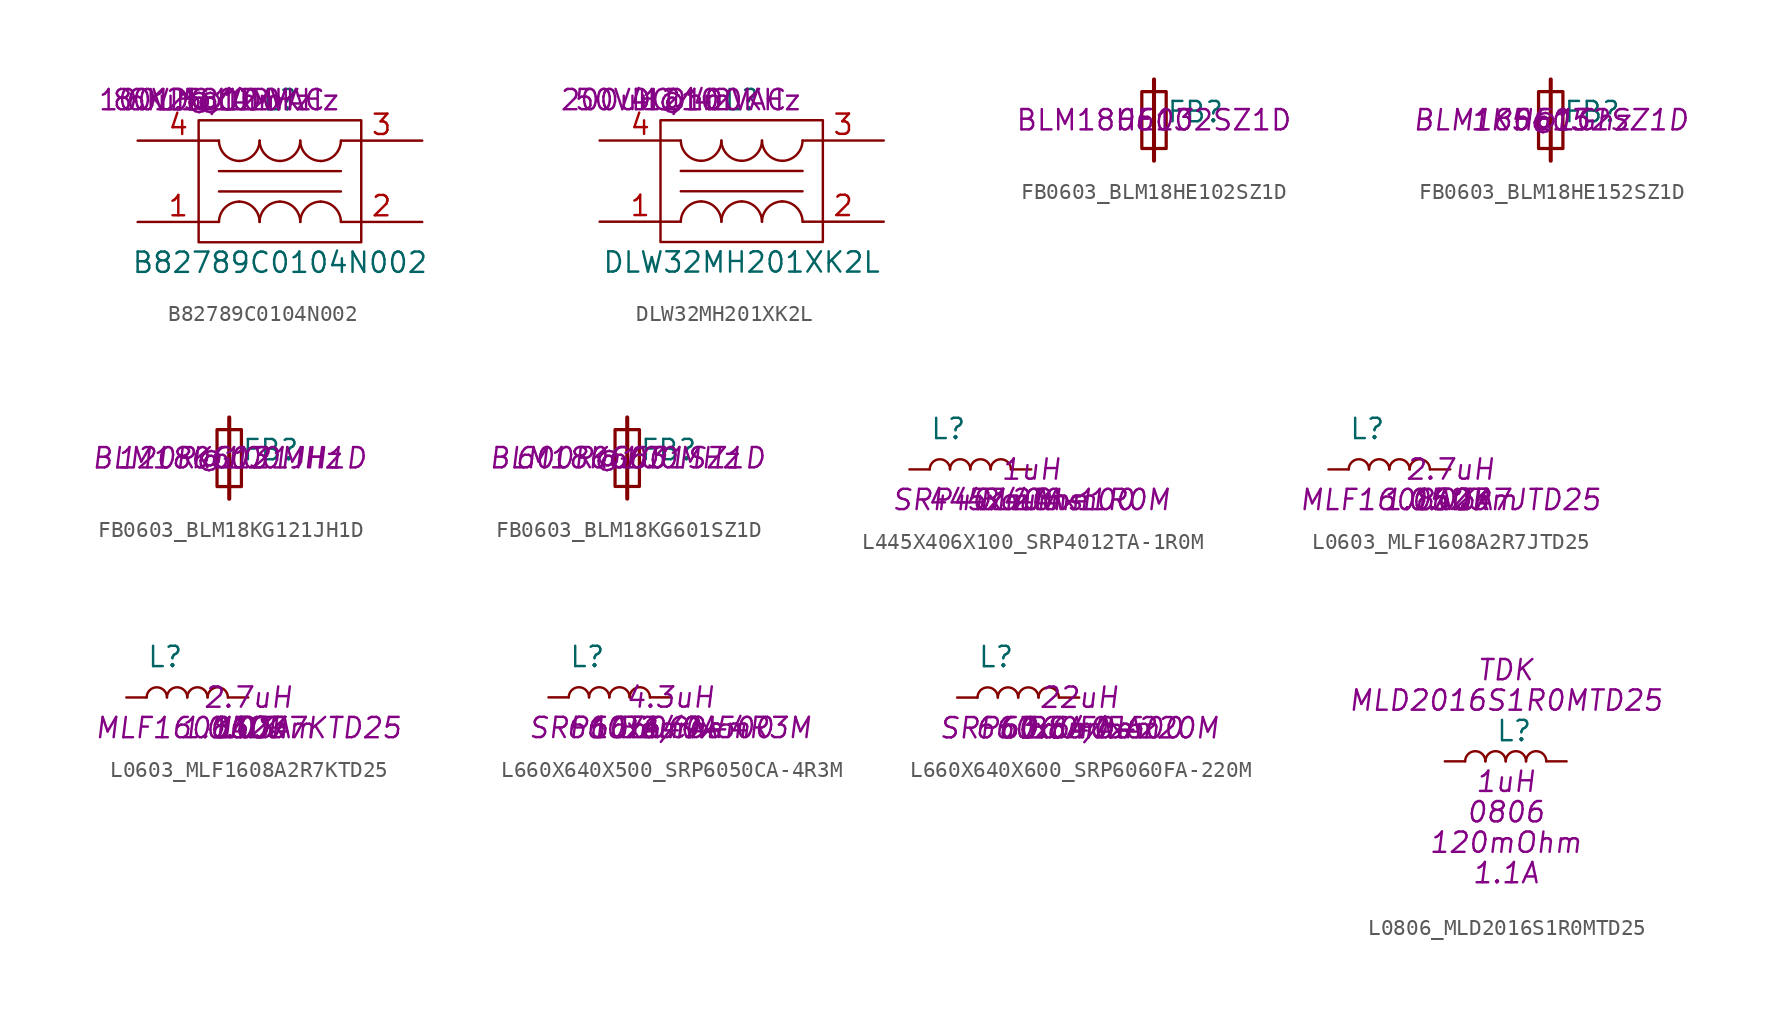
<source format=kicad_sym>
(kicad_symbol_lib
  (version 20211014)
  (generator kicad_symbol_editor)
  (symbol "B82789C0104N002"
    (pin_names
      (offset 1.016))
    (property "Reference" "L"
      (at 3.81 0 0)
      (effects (font (size 1.27 1.27))))
    (property "Value" "B82789C0104N002"
      (at 3.81 -10.16 0)
      (effects (font (size 1.27 1.27))))
    (property "Case" "1812"
      (at 0 0 0)
      (effects (font (size 1.27 1.27))))
    (property "Impedance" "6K2@10MHz"
      (at 0 0 0)
      (effects (font (size 1.27 1.27))))
    (property "Inductance" "100uH@100KHz"
      (at 0 0 0)
      (effects (font (size 1.27 1.27))))
    (property "Vmax" "80VDC/42VAC"
      (at 0 0 0)
      (effects (font (size 1.27 1.27))))
    (property "Rdc" "1.5 Ohm"
      (at 0 0 0)
      (effects (font (size 1.27 1.27))))
    (symbol "B82789C0104N002_0_1"
      (arc (start 0 -2.54) (mid 0.3734 -3.4288) (end 1.27 -3.81) (stroke (width 0) (type default) (color 0 0 0 0)) (fill (type none)))
      (polyline (pts (xy 0 -5.715) (xy 7.62 -5.715)) (stroke (width 0) (type default) (color 0 0 0 0)) (fill (type none)))
      (polyline (pts (xy 0 -4.445) (xy 7.62 -4.445)) (stroke (width 0) (type default) (color 0 0 0 0)) (fill (type none)))
      (polyline (pts (xy -1.27 -1.27) (xy 8.89 -1.27) (xy 8.89 -8.89) (xy -1.27 -8.89) (xy -1.27 -1.27)) (stroke (width 0) (type default) (color 0 0 0 0)) (fill (type none)))
      (arc (start 1.27 -6.35) (mid 0.3812 -6.7234) (end 0 -7.62) (stroke (width 0) (type default) (color 0 0 0 0)) (fill (type none)))
      (arc (start 1.27 -3.81) (mid 2.1588 -3.4366) (end 2.54 -2.54) (stroke (width 0) (type default) (color 0 0 0 0)) (fill (type none)))
      (arc (start 2.54 -7.62) (mid 2.1666 -6.7312) (end 1.27 -6.35) (stroke (width 0) (type default) (color 0 0 0 0)) (fill (type none)))
      (arc (start 2.54 -2.54) (mid 2.9134 -3.4288) (end 3.81 -3.81) (stroke (width 0) (type default) (color 0 0 0 0)) (fill (type none)))
      (arc (start 3.81 -6.35) (mid 2.9212 -6.7234) (end 2.54 -7.62) (stroke (width 0) (type default) (color 0 0 0 0)) (fill (type none)))
      (arc (start 3.81 -3.81) (mid 4.6988 -3.4366) (end 5.08 -2.54) (stroke (width 0) (type default) (color 0 0 0 0)) (fill (type none)))
      (arc (start 5.08 -7.62) (mid 4.7066 -6.7312) (end 3.81 -6.35) (stroke (width 0) (type default) (color 0 0 0 0)) (fill (type none)))
      (arc (start 5.08 -2.54) (mid 5.4534 -3.4288) (end 6.35 -3.81) (stroke (width 0) (type default) (color 0 0 0 0)) (fill (type none)))
      (arc (start 6.35 -6.35) (mid 5.4612 -6.7234) (end 5.08 -7.62) (stroke (width 0) (type default) (color 0 0 0 0)) (fill (type none)))
      (arc (start 6.35 -3.81) (mid 7.2388 -3.4366) (end 7.62 -2.54) (stroke (width 0) (type default) (color 0 0 0 0)) (fill (type none)))
      (arc (start 7.62 -7.62) (mid 7.2466 -6.7312) (end 6.35 -6.35) (stroke (width 0) (type default) (color 0 0 0 0)) (fill (type none))))
    (symbol "B82789C0104N002_1_1"
      (pin passive line (at -5.08 -7.62 0) (length 5.08) (name "~" (effects (font (size 1.27 1.27)))) (number "1" (effects (font (size 1.27 1.27)))))
      (pin passive line (at 12.7 -7.62 180) (length 5.08) (name "~" (effects (font (size 1.27 1.27)))) (number "2" (effects (font (size 1.27 1.27)))))
      (pin passive line (at 12.7 -2.54 180) (length 5.08) (name "~" (effects (font (size 1.27 1.27)))) (number "3" (effects (font (size 1.27 1.27)))))
      (pin passive line (at -5.08 -2.54 0) (length 5.08) (name "~" (effects (font (size 1.27 1.27)))) (number "4" (effects (font (size 1.27 1.27)))))))
  (symbol "DLW32MH201XK2L"
    (pin_names
      (offset 1.016))
    (property "Reference" "L"
      (at 3.81 0 0)
      (effects (font (size 1.27 1.27))))
    (property "Value" "DLW32MH201XK2L"
      (at 3.81 -10.16 0)
      (effects (font (size 1.27 1.27))))
    (property "Case" "1210"
      (at 0 0 0)
      (effects (font (size 1.27 1.27))))
    (property "Inductance" "200uH@100KHz"
      (at 0 0 0)
      (effects (font (size 1.27 1.27))))
    (property "Vmax" "50VDC/42VAC"
      (at 0 0 0)
      (effects (font (size 1.27 1.27))))
    (property "Rdc" "4 Ohm"
      (at 0 0 0)
      (effects (font (size 1.27 1.27))))
    (symbol "DLW32MH201XK2L_0_1"
      (arc (start 0 -2.54) (mid 0.3734 -3.4288) (end 1.27 -3.81) (stroke (width 0) (type default) (color 0 0 0 0)) (fill (type none)))
      (polyline (pts (xy 0 -5.715) (xy 7.62 -5.715)) (stroke (width 0) (type default) (color 0 0 0 0)) (fill (type none)))
      (polyline (pts (xy 0 -4.445) (xy 7.62 -4.445)) (stroke (width 0) (type default) (color 0 0 0 0)) (fill (type none)))
      (polyline (pts (xy -1.27 -1.27) (xy 8.89 -1.27) (xy 8.89 -8.89) (xy -1.27 -8.89) (xy -1.27 -1.27)) (stroke (width 0) (type default) (color 0 0 0 0)) (fill (type none)))
      (arc (start 1.27 -6.35) (mid 0.3812 -6.7234) (end 0 -7.62) (stroke (width 0) (type default) (color 0 0 0 0)) (fill (type none)))
      (arc (start 1.27 -3.81) (mid 2.1588 -3.4366) (end 2.54 -2.54) (stroke (width 0) (type default) (color 0 0 0 0)) (fill (type none)))
      (arc (start 2.54 -7.62) (mid 2.1666 -6.7312) (end 1.27 -6.35) (stroke (width 0) (type default) (color 0 0 0 0)) (fill (type none)))
      (arc (start 2.54 -2.54) (mid 2.9134 -3.4288) (end 3.81 -3.81) (stroke (width 0) (type default) (color 0 0 0 0)) (fill (type none)))
      (arc (start 3.81 -6.35) (mid 2.9212 -6.7234) (end 2.54 -7.62) (stroke (width 0) (type default) (color 0 0 0 0)) (fill (type none)))
      (arc (start 3.81 -3.81) (mid 4.6988 -3.4366) (end 5.08 -2.54) (stroke (width 0) (type default) (color 0 0 0 0)) (fill (type none)))
      (arc (start 5.08 -7.62) (mid 4.7066 -6.7312) (end 3.81 -6.35) (stroke (width 0) (type default) (color 0 0 0 0)) (fill (type none)))
      (arc (start 5.08 -2.54) (mid 5.4534 -3.4288) (end 6.35 -3.81) (stroke (width 0) (type default) (color 0 0 0 0)) (fill (type none)))
      (arc (start 6.35 -6.35) (mid 5.4612 -6.7234) (end 5.08 -7.62) (stroke (width 0) (type default) (color 0 0 0 0)) (fill (type none)))
      (arc (start 6.35 -3.81) (mid 7.2388 -3.4366) (end 7.62 -2.54) (stroke (width 0) (type default) (color 0 0 0 0)) (fill (type none)))
      (arc (start 7.62 -7.62) (mid 7.2466 -6.7312) (end 6.35 -6.35) (stroke (width 0) (type default) (color 0 0 0 0)) (fill (type none))))
    (symbol "DLW32MH201XK2L_1_1"
      (pin passive line (at -5.08 -7.62 0) (length 5.08) (name "~" (effects (font (size 1.27 1.27)))) (number "1" (effects (font (size 1.27 1.27)))))
      (pin passive line (at 12.7 -7.62 180) (length 5.08) (name "~" (effects (font (size 1.27 1.27)))) (number "2" (effects (font (size 1.27 1.27)))))
      (pin passive line (at 12.7 -2.54 180) (length 5.08) (name "~" (effects (font (size 1.27 1.27)))) (number "3" (effects (font (size 1.27 1.27)))))
      (pin passive line (at -5.08 -2.54 0) (length 5.08) (name "~" (effects (font (size 1.27 1.27)))) (number "4" (effects (font (size 1.27 1.27)))))))
  (symbol "FB0603_BLM18HE102SZ1D"
    (pin_numbers hide)
    (pin_names
      (offset 0.254) hide)
    (property "Reference" "FB"
      (at 0.762 0.508 0)
      (effects (font (size 1.27 1.27)) (justify left)))
    (property "Case" "0603"
      (at 0 0 0)
      (effects (font (size 1.27 1.27) italic)))
    (property "p/n" "BLM18HE102SZ1D"
      (at 0 0 0)
      (effects (font (size 1.27 1.27))))
    (symbol "FB0603_BLM18HE102SZ1D_0_1"
      (rectangle (start -0.762 1.778) (end 0.762 -1.778) (stroke (width 0.203) (type default) (color 0 0 0 0)) (fill (type none)))
      (polyline (pts (xy 0 2.54) (xy 0 -2.54)) (stroke (width 0.254) (type default) (color 0 0 0 0)) (fill (type none))))
    (symbol "FB0603_BLM18HE102SZ1D_1_1"
      (pin passive line (at 0 2.54 270) (length 0.762) (name "~" (effects (font (size 1.27 1.27)))) (number "1" (effects (font (size 1.27 1.27)))))
      (pin passive line (at 0 -2.54 90) (length 0.762) (name "~" (effects (font (size 1.27 1.27)))) (number "2" (effects (font (size 1.27 1.27)))))))
  (symbol "FB0603_BLM18HE152SZ1D"
    (pin_numbers hide)
    (pin_names
      (offset 0.254) hide)
    (property "Reference" "FB"
      (at 0.762 0.508 0)
      (effects (font (size 1.27 1.27)) (justify left)))
    (property "Case" "0603"
      (at 0 0 0)
      (effects (font (size 1.27 1.27) italic)))
    (property "p/n" "BLM18HE152SZ1D"
      (at 0 0 0)
      (effects (font (size 1.27 1.27) italic)))
    (property "Rdc" "1K5@1Ghz"
      (at 0 0 0)
      (effects (font (size 1.27 1.27) italic)))
    (symbol "FB0603_BLM18HE152SZ1D_0_1"
      (rectangle (start -0.762 1.778) (end 0.762 -1.778) (stroke (width 0.203) (type default) (color 0 0 0 0)) (fill (type none)))
      (polyline (pts (xy 0 2.54) (xy 0 -2.54)) (stroke (width 0.254) (type default) (color 0 0 0 0)) (fill (type none))))
    (symbol "FB0603_BLM18HE152SZ1D_1_1"
      (pin passive line (at 0 2.54 270) (length 0.762) (name "~" (effects (font (size 1.27 1.27)))) (number "1" (effects (font (size 1.27 1.27)))))
      (pin passive line (at 0 -2.54 90) (length 0.762) (name "~" (effects (font (size 1.27 1.27)))) (number "2" (effects (font (size 1.27 1.27)))))))
  (symbol "FB0603_BLM18KG121JH1D"
    (pin_numbers hide)
    (pin_names
      (offset 0.254) hide)
    (property "Reference" "FB"
      (at 0.762 0.508 0)
      (effects (font (size 1.27 1.27)) (justify left)))
    (property "Case" "0603"
      (at 0 0 0)
      (effects (font (size 1.27 1.27) italic)))
    (property "p/n" "BLM18KG121JH1D"
      (at 0 0 0)
      (effects (font (size 1.27 1.27) italic)))
    (property "Rdc" "120R@100MHz"
      (at 0 0 0)
      (effects (font (size 1.27 1.27) italic)))
    (symbol "FB0603_BLM18KG121JH1D_0_1"
      (rectangle (start -0.762 1.778) (end 0.762 -1.778) (stroke (width 0.203) (type default) (color 0 0 0 0)) (fill (type none)))
      (polyline (pts (xy 0 2.54) (xy 0 -2.54)) (stroke (width 0.254) (type default) (color 0 0 0 0)) (fill (type none))))
    (symbol "FB0603_BLM18KG121JH1D_1_1"
      (pin passive line (at 0 2.54 270) (length 0.762) (name "~" (effects (font (size 1.27 1.27)))) (number "1" (effects (font (size 1.27 1.27)))))
      (pin passive line (at 0 -2.54 90) (length 0.762) (name "~" (effects (font (size 1.27 1.27)))) (number "2" (effects (font (size 1.27 1.27)))))))
  (symbol "FB0603_BLM18KG601SZ1D"
    (pin_numbers hide)
    (pin_names
      (offset 0.254) hide)
    (property "Reference" "FB"
      (at 0.762 0.508 0)
      (effects (font (size 1.27 1.27)) (justify left)))
    (property "Case" "0603"
      (at 0 0 0)
      (effects (font (size 1.27 1.27) italic)))
    (property "p/n" "BLM18KG601SZ1D"
      (at 0 0 0)
      (effects (font (size 1.27 1.27) italic)))
    (property "Impedance" "600R@100MHz"
      (at 0 0 0)
      (effects (font (size 1.27 1.27) italic)))
    (symbol "FB0603_BLM18KG601SZ1D_0_1"
      (rectangle (start -0.762 1.778) (end 0.762 -1.778) (stroke (width 0.203) (type default) (color 0 0 0 0)) (fill (type none)))
      (polyline (pts (xy 0 2.54) (xy 0 -2.54)) (stroke (width 0.254) (type default) (color 0 0 0 0)) (fill (type none))))
    (symbol "FB0603_BLM18KG601SZ1D_1_1"
      (pin passive line (at 0 2.54 270) (length 0.762) (name "~" (effects (font (size 1.27 1.27)))) (number "1" (effects (font (size 1.27 1.27)))))
      (pin passive line (at 0 -2.54 90) (length 0.762) (name "~" (effects (font (size 1.27 1.27)))) (number "2" (effects (font (size 1.27 1.27)))))))
  (symbol "L445X406X100_SRP4012TA-1R0M"
    (pin_numbers hide)
    (pin_names
      (offset 0.254) hide)
    (property "Reference" "L"
      (at -6.35 2.54 0)
      (effects (font (size 1.27 1.27)) (justify left)))
    (property "Case" "445x406x100"
      (at 0 -1.905 0)
      (effects (font (size 1.27 1.27) italic)))
    (property "Rdc" "47mOhm"
      (at 0 -1.905 0)
      (effects (font (size 1.27 1.27) italic)))
    (property "Irat" "4A"
      (at 0 -1.905 0)
      (effects (font (size 1.27 1.27) italic)))
    (property "p/n" "SRP4012TA-1R0M"
      (at 0 -1.905 0)
      (effects (font (size 1.27 1.27) italic)))
    (property "Manuf" "Bourns"
      (at 0 -1.905 0)
      (effects (font (size 1.27 1.27) italic)))
    (property "Inductance" "1uH"
      (at 0 0 0)
      (effects (font (size 1.27 1.27) italic)))
    (symbol "L445X406X100_SRP4012TA-1R0M_0_1"
      (arc (start -3.81 0) (mid -4.445 0.635) (end -5.08 0) (stroke (width 0) (type default) (color 0 0 0 0)) (fill (type none)))
      (arc (start -2.54 0) (mid -3.175 0.635) (end -3.81 0) (stroke (width 0) (type default) (color 0 0 0 0)) (fill (type none)))
      (arc (start -1.27 0) (mid -1.905 0.635) (end -2.54 0) (stroke (width 0) (type default) (color 0 0 0 0)) (fill (type none))))
    (symbol "L445X406X100_SRP4012TA-1R0M_1_1"
      (arc (start -5.08 0) (mid -5.715 0.635) (end -6.35 0) (stroke (width 0) (type default) (color 0 0 0 0)) (fill (type none)))
      (pin passive line (at -7.62 0 0) (length 1.27) (name "~" (effects (font (size 1.27 1.27)))) (number "1" (effects (font (size 1.27 1.27)))))
      (pin passive line (at 0 0 180) (length 1.27) (name "~" (effects (font (size 1.27 1.27)))) (number "2" (effects (font (size 1.27 1.27)))))))
  (symbol "L0603_MLF1608A2R7JTD25"
    (pin_numbers hide)
    (pin_names
      (offset 0.254) hide)
    (property "Reference" "L"
      (at -6.35 2.54 0)
      (effects (font (size 1.27 1.27)) (justify left)))
    (property "Case" "0603"
      (at 0 -1.905 0)
      (effects (font (size 1.27 1.27) italic)))
    (property "Tol" "5%"
      (at 0 -1.905 0)
      (effects (font (size 1.27 1.27) italic)))
    (property "Rdc" "1.15Ohm"
      (at 0 -1.905 0)
      (effects (font (size 1.27 1.27) italic)))
    (property "Irat" "0.03A"
      (at 0 -1.905 0)
      (effects (font (size 1.27 1.27) italic)))
    (property "p/n" "MLF1608A2R7JTD25"
      (at 0 -1.905 0)
      (effects (font (size 1.27 1.27) italic)))
    (property "Inductance" "2.7uH"
      (at 0 0 0)
      (effects (font (size 1.27 1.27) italic)))
    (symbol "L0603_MLF1608A2R7JTD25_0_1"
      (arc (start -3.81 0) (mid -4.445 0.635) (end -5.08 0) (stroke (width 0) (type default) (color 0 0 0 0)) (fill (type none)))
      (arc (start -2.54 0) (mid -3.175 0.635) (end -3.81 0) (stroke (width 0) (type default) (color 0 0 0 0)) (fill (type none)))
      (arc (start -1.27 0) (mid -1.905 0.635) (end -2.54 0) (stroke (width 0) (type default) (color 0 0 0 0)) (fill (type none))))
    (symbol "L0603_MLF1608A2R7JTD25_1_1"
      (arc (start -5.08 0) (mid -5.715 0.635) (end -6.35 0) (stroke (width 0) (type default) (color 0 0 0 0)) (fill (type none)))
      (pin passive line (at -7.62 0 0) (length 1.27) (name "~" (effects (font (size 1.27 1.27)))) (number "1" (effects (font (size 1.27 1.27)))))
      (pin passive line (at 0 0 180) (length 1.27) (name "~" (effects (font (size 1.27 1.27)))) (number "2" (effects (font (size 1.27 1.27)))))))
  (symbol "L0603_MLF1608A2R7KTD25"
    (pin_numbers hide)
    (pin_names
      (offset 0.254) hide)
    (property "Reference" "L"
      (at -6.35 2.54 0)
      (effects (font (size 1.27 1.27)) (justify left)))
    (property "Case" "0603"
      (at 0 -1.905 0)
      (effects (font (size 1.27 1.27) italic)))
    (property "Tol" "10%"
      (at 0 -1.905 0)
      (effects (font (size 1.27 1.27) italic)))
    (property "Rdc" "1.15Ohm"
      (at 0 -1.905 0)
      (effects (font (size 1.27 1.27) italic)))
    (property "Irat" "0.03A"
      (at 0 -1.905 0)
      (effects (font (size 1.27 1.27) italic)))
    (property "p/n" "MLF1608A2R7KTD25"
      (at 0 -1.905 0)
      (effects (font (size 1.27 1.27) italic)))
    (property "Inductance" "2.7uH"
      (at 0 0 0)
      (effects (font (size 1.27 1.27) italic)))
    (symbol "L0603_MLF1608A2R7KTD25_0_1"
      (arc (start -3.81 0) (mid -4.445 0.635) (end -5.08 0) (stroke (width 0) (type default) (color 0 0 0 0)) (fill (type none)))
      (arc (start -2.54 0) (mid -3.175 0.635) (end -3.81 0) (stroke (width 0) (type default) (color 0 0 0 0)) (fill (type none)))
      (arc (start -1.27 0) (mid -1.905 0.635) (end -2.54 0) (stroke (width 0) (type default) (color 0 0 0 0)) (fill (type none))))
    (symbol "L0603_MLF1608A2R7KTD25_1_1"
      (arc (start -5.08 0) (mid -5.715 0.635) (end -6.35 0) (stroke (width 0) (type default) (color 0 0 0 0)) (fill (type none)))
      (pin passive line (at -7.62 0 0) (length 1.27) (name "~" (effects (font (size 1.27 1.27)))) (number "1" (effects (font (size 1.27 1.27)))))
      (pin passive line (at 0 0 180) (length 1.27) (name "~" (effects (font (size 1.27 1.27)))) (number "2" (effects (font (size 1.27 1.27)))))))
  (symbol "L660X640X500_SRP6050CA-4R3M"
    (pin_numbers hide)
    (pin_names
      (offset 0.254) hide)
    (property "Reference" "L"
      (at -6.35 2.54 0)
      (effects (font (size 1.27 1.27)) (justify left)))
    (property "Case" "660x640x500"
      (at 0 -1.905 0)
      (effects (font (size 1.27 1.27) italic)))
    (property "Rdc" "16.2mOhm"
      (at 0 -1.905 0)
      (effects (font (size 1.27 1.27) italic)))
    (property "Irat" "7A/9A"
      (at 0 -1.905 0)
      (effects (font (size 1.27 1.27) italic)))
    (property "p/n" "SRP6050CA-4R3M"
      (at 0 -1.905 0)
      (effects (font (size 1.27 1.27) italic)))
    (property "Manuf" "Bourns"
      (at 0 -1.905 0)
      (effects (font (size 1.27 1.27) italic)))
    (property "Inductance" "4.3uH"
      (at 0 0 0)
      (effects (font (size 1.27 1.27) italic)))
    (symbol "L660X640X500_SRP6050CA-4R3M_0_1"
      (arc (start -3.81 0) (mid -4.445 0.635) (end -5.08 0) (stroke (width 0) (type default) (color 0 0 0 0)) (fill (type none)))
      (arc (start -2.54 0) (mid -3.175 0.635) (end -3.81 0) (stroke (width 0) (type default) (color 0 0 0 0)) (fill (type none)))
      (arc (start -1.27 0) (mid -1.905 0.635) (end -2.54 0) (stroke (width 0) (type default) (color 0 0 0 0)) (fill (type none))))
    (symbol "L660X640X500_SRP6050CA-4R3M_1_1"
      (arc (start -5.08 0) (mid -5.715 0.635) (end -6.35 0) (stroke (width 0) (type default) (color 0 0 0 0)) (fill (type none)))
      (pin passive line (at -7.62 0 0) (length 1.27) (name "~" (effects (font (size 1.27 1.27)))) (number "1" (effects (font (size 1.27 1.27)))))
      (pin passive line (at 0 0 180) (length 1.27) (name "~" (effects (font (size 1.27 1.27)))) (number "2" (effects (font (size 1.27 1.27)))))))
  (symbol "L660X640X600_SRP6060FA-220M"
    (pin_numbers hide)
    (pin_names
      (offset 0.254) hide)
    (property "Reference" "L"
      (at -6.35 2.54 0)
      (effects (font (size 1.27 1.27)) (justify left)))
    (property "Case" "660x640x600"
      (at 0 -1.905 0)
      (effects (font (size 1.27 1.27) italic)))
    (property "Rdc" "60.5mOhm"
      (at 0 -1.905 0)
      (effects (font (size 1.27 1.27) italic)))
    (property "Irat" "3.8A/5A"
      (at 0 -1.905 0)
      (effects (font (size 1.27 1.27) italic)))
    (property "p/n" "SRP6060FA-220M"
      (at 0 -1.905 0)
      (effects (font (size 1.27 1.27) italic)))
    (property "Manuf" "Bourns"
      (at 0 -1.905 0)
      (effects (font (size 1.27 1.27) italic)))
    (property "Inductance" "22uH"
      (at 0 0 0)
      (effects (font (size 1.27 1.27) italic)))
    (symbol "L660X640X600_SRP6060FA-220M_0_1"
      (arc (start -3.81 0) (mid -4.445 0.635) (end -5.08 0) (stroke (width 0) (type default) (color 0 0 0 0)) (fill (type none)))
      (arc (start -2.54 0) (mid -3.175 0.635) (end -3.81 0) (stroke (width 0) (type default) (color 0 0 0 0)) (fill (type none)))
      (arc (start -1.27 0) (mid -1.905 0.635) (end -2.54 0) (stroke (width 0) (type default) (color 0 0 0 0)) (fill (type none))))
    (symbol "L660X640X600_SRP6060FA-220M_1_1"
      (arc (start -5.08 0) (mid -5.715 0.635) (end -6.35 0) (stroke (width 0) (type default) (color 0 0 0 0)) (fill (type none)))
      (pin passive line (at -7.62 0 0) (length 1.27) (name "~" (effects (font (size 1.27 1.27)))) (number "1" (effects (font (size 1.27 1.27)))))
      (pin passive line (at 0 0 180) (length 1.27) (name "~" (effects (font (size 1.27 1.27)))) (number "2" (effects (font (size 1.27 1.27)))))))
  (symbol "L0806_MLD2016S1R0MTD25"
    (pin_numbers hide)
    (pin_names
      (offset 0.254) hide)
    (property "Reference" "L"
      (at -0.635 1.905 0)
      (effects (font (size 1.27 1.27)) (justify left)))
    (property "Case" "0806"
      (at 0 -3.175 0)
      (effects (font (size 1.27 1.27) italic)))
    (property "Rdc" "120mOhm"
      (at 0 -5.08 0)
      (effects (font (size 1.27 1.27) italic)))
    (property "Irat" "1.1A"
      (at 0 -6.985 0)
      (effects (font (size 1.27 1.27) italic)))
    (property "p/n" "MLD2016S1R0MTD25"
      (at 0 3.81 0)
      (effects (font (size 1.27 1.27) italic)))
    (property "Manuf" "TDK"
      (at 0 5.715 0)
      (effects (font (size 1.27 1.27) italic)))
    (property "Inductance" "1uH"
      (at 0 -1.27 0)
      (effects (font (size 1.27 1.27) italic)))
    (symbol "L0806_MLD2016S1R0MTD25_0_1"
      (arc (start 0 0) (mid -0.635 0.635) (end -1.27 0) (stroke (width 0) (type default) (color 0 0 0 0)) (fill (type none)))
      (arc (start 1.27 0) (mid 0.635 0.635) (end 0 0) (stroke (width 0) (type default) (color 0 0 0 0)) (fill (type none)))
      (arc (start 2.54 0) (mid 1.905 0.635) (end 1.27 0) (stroke (width 0) (type default) (color 0 0 0 0)) (fill (type none))))
    (symbol "L0806_MLD2016S1R0MTD25_1_1"
      (arc (start -1.27 0) (mid -1.905 0.635) (end -2.54 0) (stroke (width 0) (type default) (color 0 0 0 0)) (fill (type none)))
      (pin passive line (at -3.81 0 0) (length 1.27) (name "~" (effects (font (size 1.27 1.27)))) (number "1" (effects (font (size 1.27 1.27)))))
      (pin passive line (at 3.81 0 180) (length 1.27) (name "~" (effects (font (size 1.27 1.27)))) (number "2" (effects (font (size 1.27 1.27))))))))
</source>
